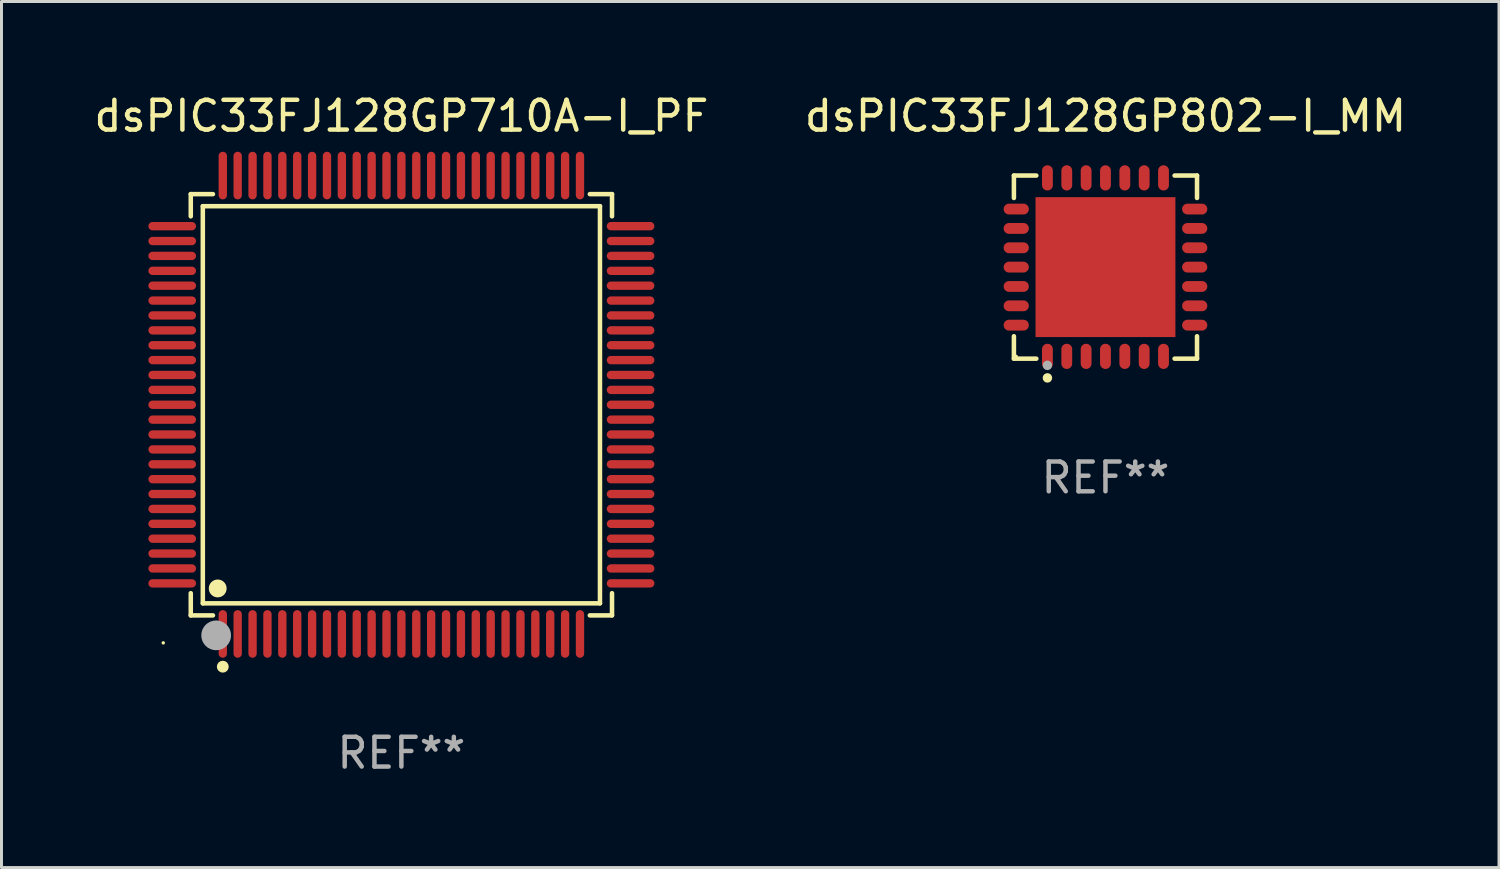
<source format=kicad_pcb>
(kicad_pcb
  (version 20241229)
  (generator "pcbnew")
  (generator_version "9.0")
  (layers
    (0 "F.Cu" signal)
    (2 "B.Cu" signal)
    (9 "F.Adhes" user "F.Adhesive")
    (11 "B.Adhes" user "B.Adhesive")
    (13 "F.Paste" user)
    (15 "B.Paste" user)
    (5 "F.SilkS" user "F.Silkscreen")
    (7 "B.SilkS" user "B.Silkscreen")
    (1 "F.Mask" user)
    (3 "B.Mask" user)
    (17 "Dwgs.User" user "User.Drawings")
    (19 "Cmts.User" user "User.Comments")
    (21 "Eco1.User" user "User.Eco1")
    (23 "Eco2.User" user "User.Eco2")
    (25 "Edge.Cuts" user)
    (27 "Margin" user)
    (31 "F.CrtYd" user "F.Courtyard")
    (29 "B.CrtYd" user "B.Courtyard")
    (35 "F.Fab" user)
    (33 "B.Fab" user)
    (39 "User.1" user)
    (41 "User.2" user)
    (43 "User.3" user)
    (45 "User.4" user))
  (footprint "dsPIC33FJ128GP710A-I_PF"
    (layer "F.Cu")
    (at 10.435 10.548)
    (property "Reference" "dsPIC33FJ128GP710A-I_PF" (at 0 -9.7 0) (layer "F.SilkS") (effects (font (size 1 1) (thickness 0.15))))
    (attr through_hole)
    (fp_line (start -7.076 -7.076) (end -6.331 -7.076) (stroke (width 0.152) (type solid)) (layer "F.SilkS"))
    (fp_line (start -7.076 -6.331) (end -7.076 -7.076) (stroke (width 0.152) (type solid)) (layer "F.SilkS"))
    (fp_line (start -7.076 6.331) (end -7.076 7.076) (stroke (width 0.152) (type solid)) (layer "F.SilkS"))
    (fp_line (start -7.076 7.076) (end -6.331 7.076) (stroke (width 0.152) (type solid)) (layer "F.SilkS"))
    (fp_line (start -6.671 -6.671) (end 6.671 -6.671) (stroke (width 0.152) (type solid)) (layer "F.SilkS"))
    (fp_line (start -6.671 6.671) (end -6.671 -6.671) (stroke (width 0.152) (type solid)) (layer "F.SilkS"))
    (fp_line (start 6.671 -6.671) (end 6.671 6.671) (stroke (width 0.152) (type solid)) (layer "F.SilkS"))
    (fp_line (start 6.671 6.671) (end -6.671 6.671) (stroke (width 0.152) (type solid)) (layer "F.SilkS"))
    (fp_line (start 7.076 -7.076) (end 6.331 -7.076) (stroke (width 0.152) (type solid)) (layer "F.SilkS"))
    (fp_line (start 7.076 -6.331) (end 7.076 -7.076) (stroke (width 0.152) (type solid)) (layer "F.SilkS"))
    (fp_line (start 7.076 6.331) (end 7.076 7.076) (stroke (width 0.152) (type solid)) (layer "F.SilkS"))
    (fp_line (start 7.076 7.076) (end 6.331 7.076) (stroke (width 0.152) (type solid)) (layer "F.SilkS"))
    (fp_circle (center -8 8) (end -7.97 8) (stroke (width 0.06) (type solid)) (fill no) (layer "F.SilkS"))
    (fp_circle (center -6.171 6.171) (end -6.021 6.171) (stroke (width 0.3) (type solid)) (fill no) (layer "F.SilkS"))
    (fp_circle (center -6 8.8) (end -5.9 8.8) (stroke (width 0.2) (type solid)) (fill no) (layer "F.SilkS"))
    (fp_circle (center -6.223 7.747) (end -5.973 7.747) (stroke (width 0.5) (type solid)) (fill no) (layer "F.Fab"))
    (fp_text user "REF**" (at 0 11.7 0) (layer "F.Fab") (effects (font (size 1 1) (thickness 0.15))))
    (pad "1" smd oval (at -6 7.7) (size 0.28 1.6) (layers "F.Cu" "F.Mask" "F.Paste"))
    (pad "2" smd oval (at -5.5 7.7) (size 0.28 1.6) (layers "F.Cu" "F.Mask" "F.Paste"))
    (pad "3" smd oval (at -5 7.7) (size 0.28 1.6) (layers "F.Cu" "F.Mask" "F.Paste"))
    (pad "4" smd oval (at -4.5 7.7) (size 0.28 1.6) (layers "F.Cu" "F.Mask" "F.Paste"))
    (pad "5" smd oval (at -4 7.7) (size 0.28 1.6) (layers "F.Cu" "F.Mask" "F.Paste"))
    (pad "6" smd oval (at -3.5 7.7) (size 0.28 1.6) (layers "F.Cu" "F.Mask" "F.Paste"))
    (pad "7" smd oval (at -3 7.7) (size 0.28 1.6) (layers "F.Cu" "F.Mask" "F.Paste"))
    (pad "8" smd oval (at -2.5 7.7) (size 0.28 1.6) (layers "F.Cu" "F.Mask" "F.Paste"))
    (pad "9" smd oval (at -2 7.7) (size 0.28 1.6) (layers "F.Cu" "F.Mask" "F.Paste"))
    (pad "10" smd oval (at -1.5 7.7) (size 0.28 1.6) (layers "F.Cu" "F.Mask" "F.Paste"))
    (pad "11" smd oval (at -1 7.7) (size 0.28 1.6) (layers "F.Cu" "F.Mask" "F.Paste"))
    (pad "12" smd oval (at -0.5 7.7) (size 0.28 1.6) (layers "F.Cu" "F.Mask" "F.Paste"))
    (pad "13" smd oval (at 0 7.7) (size 0.28 1.6) (layers "F.Cu" "F.Mask" "F.Paste"))
    (pad "14" smd oval (at 0.5 7.7) (size 0.28 1.6) (layers "F.Cu" "F.Mask" "F.Paste"))
    (pad "15" smd oval (at 1 7.7) (size 0.28 1.6) (layers "F.Cu" "F.Mask" "F.Paste"))
    (pad "16" smd oval (at 1.5 7.7) (size 0.28 1.6) (layers "F.Cu" "F.Mask" "F.Paste"))
    (pad "17" smd oval (at 2 7.7) (size 0.28 1.6) (layers "F.Cu" "F.Mask" "F.Paste"))
    (pad "18" smd oval (at 2.5 7.7) (size 0.28 1.6) (layers "F.Cu" "F.Mask" "F.Paste"))
    (pad "19" smd oval (at 3 7.7) (size 0.28 1.6) (layers "F.Cu" "F.Mask" "F.Paste"))
    (pad "20" smd oval (at 3.5 7.7) (size 0.28 1.6) (layers "F.Cu" "F.Mask" "F.Paste"))
    (pad "21" smd oval (at 4 7.7) (size 0.28 1.6) (layers "F.Cu" "F.Mask" "F.Paste"))
    (pad "22" smd oval (at 4.5 7.7) (size 0.28 1.6) (layers "F.Cu" "F.Mask" "F.Paste"))
    (pad "23" smd oval (at 5 7.7) (size 0.28 1.6) (layers "F.Cu" "F.Mask" "F.Paste"))
    (pad "24" smd oval (at 5.5 7.7) (size 0.28 1.6) (layers "F.Cu" "F.Mask" "F.Paste"))
    (pad "25" smd oval (at 6 7.7) (size 0.28 1.6) (layers "F.Cu" "F.Mask" "F.Paste"))
    (pad "26" smd oval (at 7.7 6) (size 1.6 0.28) (layers "F.Cu" "F.Mask" "F.Paste"))
    (pad "27" smd oval (at 7.7 5.5) (size 1.6 0.28) (layers "F.Cu" "F.Mask" "F.Paste"))
    (pad "28" smd oval (at 7.7 5) (size 1.6 0.28) (layers "F.Cu" "F.Mask" "F.Paste"))
    (pad "29" smd oval (at 7.7 4.5) (size 1.6 0.28) (layers "F.Cu" "F.Mask" "F.Paste"))
    (pad "30" smd oval (at 7.7 4) (size 1.6 0.28) (layers "F.Cu" "F.Mask" "F.Paste"))
    (pad "31" smd oval (at 7.7 3.5) (size 1.6 0.28) (layers "F.Cu" "F.Mask" "F.Paste"))
    (pad "32" smd oval (at 7.7 3) (size 1.6 0.28) (layers "F.Cu" "F.Mask" "F.Paste"))
    (pad "33" smd oval (at 7.7 2.5) (size 1.6 0.28) (layers "F.Cu" "F.Mask" "F.Paste"))
    (pad "34" smd oval (at 7.7 2) (size 1.6 0.28) (layers "F.Cu" "F.Mask" "F.Paste"))
    (pad "35" smd oval (at 7.7 1.5) (size 1.6 0.28) (layers "F.Cu" "F.Mask" "F.Paste"))
    (pad "36" smd oval (at 7.7 1) (size 1.6 0.28) (layers "F.Cu" "F.Mask" "F.Paste"))
    (pad "37" smd oval (at 7.7 0.5) (size 1.6 0.28) (layers "F.Cu" "F.Mask" "F.Paste"))
    (pad "38" smd oval (at 7.7 0) (size 1.6 0.28) (layers "F.Cu" "F.Mask" "F.Paste"))
    (pad "39" smd oval (at 7.7 -0.5) (size 1.6 0.28) (layers "F.Cu" "F.Mask" "F.Paste"))
    (pad "40" smd oval (at 7.7 -1) (size 1.6 0.28) (layers "F.Cu" "F.Mask" "F.Paste"))
    (pad "41" smd oval (at 7.7 -1.5) (size 1.6 0.28) (layers "F.Cu" "F.Mask" "F.Paste"))
    (pad "42" smd oval (at 7.7 -2) (size 1.6 0.28) (layers "F.Cu" "F.Mask" "F.Paste"))
    (pad "43" smd oval (at 7.7 -2.5) (size 1.6 0.28) (layers "F.Cu" "F.Mask" "F.Paste"))
    (pad "44" smd oval (at 7.7 -3) (size 1.6 0.28) (layers "F.Cu" "F.Mask" "F.Paste"))
    (pad "45" smd oval (at 7.7 -3.5) (size 1.6 0.28) (layers "F.Cu" "F.Mask" "F.Paste"))
    (pad "46" smd oval (at 7.7 -4) (size 1.6 0.28) (layers "F.Cu" "F.Mask" "F.Paste"))
    (pad "47" smd oval (at 7.7 -4.5) (size 1.6 0.28) (layers "F.Cu" "F.Mask" "F.Paste"))
    (pad "48" smd oval (at 7.7 -5) (size 1.6 0.28) (layers "F.Cu" "F.Mask" "F.Paste"))
    (pad "49" smd oval (at 7.7 -5.5) (size 1.6 0.28) (layers "F.Cu" "F.Mask" "F.Paste"))
    (pad "50" smd oval (at 7.7 -6) (size 1.6 0.28) (layers "F.Cu" "F.Mask" "F.Paste"))
    (pad "51" smd oval (at 6 -7.7) (size 0.28 1.6) (layers "F.Cu" "F.Mask" "F.Paste"))
    (pad "52" smd oval (at 5.5 -7.7) (size 0.28 1.6) (layers "F.Cu" "F.Mask" "F.Paste"))
    (pad "53" smd oval (at 5 -7.7) (size 0.28 1.6) (layers "F.Cu" "F.Mask" "F.Paste"))
    (pad "54" smd oval (at 4.5 -7.7) (size 0.28 1.6) (layers "F.Cu" "F.Mask" "F.Paste"))
    (pad "55" smd oval (at 4 -7.7) (size 0.28 1.6) (layers "F.Cu" "F.Mask" "F.Paste"))
    (pad "56" smd oval (at 3.5 -7.7) (size 0.28 1.6) (layers "F.Cu" "F.Mask" "F.Paste"))
    (pad "57" smd oval (at 3 -7.7) (size 0.28 1.6) (layers "F.Cu" "F.Mask" "F.Paste"))
    (pad "58" smd oval (at 2.5 -7.7) (size 0.28 1.6) (layers "F.Cu" "F.Mask" "F.Paste"))
    (pad "59" smd oval (at 2 -7.7) (size 0.28 1.6) (layers "F.Cu" "F.Mask" "F.Paste"))
    (pad "60" smd oval (at 1.5 -7.7) (size 0.28 1.6) (layers "F.Cu" "F.Mask" "F.Paste"))
    (pad "61" smd oval (at 1 -7.7) (size 0.28 1.6) (layers "F.Cu" "F.Mask" "F.Paste"))
    (pad "62" smd oval (at 0.5 -7.7) (size 0.28 1.6) (layers "F.Cu" "F.Mask" "F.Paste"))
    (pad "63" smd oval (at 0 -7.7) (size 0.28 1.6) (layers "F.Cu" "F.Mask" "F.Paste"))
    (pad "64" smd oval (at -0.5 -7.7) (size 0.28 1.6) (layers "F.Cu" "F.Mask" "F.Paste"))
    (pad "65" smd oval (at -1 -7.7) (size 0.28 1.6) (layers "F.Cu" "F.Mask" "F.Paste"))
    (pad "66" smd oval (at -1.5 -7.7) (size 0.28 1.6) (layers "F.Cu" "F.Mask" "F.Paste"))
    (pad "67" smd oval (at -2 -7.7) (size 0.28 1.6) (layers "F.Cu" "F.Mask" "F.Paste"))
    (pad "68" smd oval (at -2.5 -7.7) (size 0.28 1.6) (layers "F.Cu" "F.Mask" "F.Paste"))
    (pad "69" smd oval (at -3 -7.7) (size 0.28 1.6) (layers "F.Cu" "F.Mask" "F.Paste"))
    (pad "70" smd oval (at -3.5 -7.7) (size 0.28 1.6) (layers "F.Cu" "F.Mask" "F.Paste"))
    (pad "71" smd oval (at -4 -7.7) (size 0.28 1.6) (layers "F.Cu" "F.Mask" "F.Paste"))
    (pad "72" smd oval (at -4.5 -7.7) (size 0.28 1.6) (layers "F.Cu" "F.Mask" "F.Paste"))
    (pad "73" smd oval (at -5 -7.7) (size 0.28 1.6) (layers "F.Cu" "F.Mask" "F.Paste"))
    (pad "74" smd oval (at -5.5 -7.7) (size 0.28 1.6) (layers "F.Cu" "F.Mask" "F.Paste"))
    (pad "75" smd oval (at -6 -7.7) (size 0.28 1.6) (layers "F.Cu" "F.Mask" "F.Paste"))
    (pad "76" smd oval (at -7.7 -6) (size 1.6 0.28) (layers "F.Cu" "F.Mask" "F.Paste"))
    (pad "77" smd oval (at -7.7 -5.5) (size 1.6 0.28) (layers "F.Cu" "F.Mask" "F.Paste"))
    (pad "78" smd oval (at -7.7 -5) (size 1.6 0.28) (layers "F.Cu" "F.Mask" "F.Paste"))
    (pad "79" smd oval (at -7.7 -4.5) (size 1.6 0.28) (layers "F.Cu" "F.Mask" "F.Paste"))
    (pad "80" smd oval (at -7.7 -4) (size 1.6 0.28) (layers "F.Cu" "F.Mask" "F.Paste"))
    (pad "81" smd oval (at -7.7 -3.5) (size 1.6 0.28) (layers "F.Cu" "F.Mask" "F.Paste"))
    (pad "82" smd oval (at -7.7 -3) (size 1.6 0.28) (layers "F.Cu" "F.Mask" "F.Paste"))
    (pad "83" smd oval (at -7.7 -2.5) (size 1.6 0.28) (layers "F.Cu" "F.Mask" "F.Paste"))
    (pad "84" smd oval (at -7.7 -2) (size 1.6 0.28) (layers "F.Cu" "F.Mask" "F.Paste"))
    (pad "85" smd oval (at -7.7 -1.5) (size 1.6 0.28) (layers "F.Cu" "F.Mask" "F.Paste"))
    (pad "86" smd oval (at -7.7 -1) (size 1.6 0.28) (layers "F.Cu" "F.Mask" "F.Paste"))
    (pad "87" smd oval (at -7.7 -0.5) (size 1.6 0.28) (layers "F.Cu" "F.Mask" "F.Paste"))
    (pad "88" smd oval (at -7.7 0) (size 1.6 0.28) (layers "F.Cu" "F.Mask" "F.Paste"))
    (pad "89" smd oval (at -7.7 0.5) (size 1.6 0.28) (layers "F.Cu" "F.Mask" "F.Paste"))
    (pad "90" smd oval (at -7.7 1) (size 1.6 0.28) (layers "F.Cu" "F.Mask" "F.Paste"))
    (pad "91" smd oval (at -7.7 1.5) (size 1.6 0.28) (layers "F.Cu" "F.Mask" "F.Paste"))
    (pad "92" smd oval (at -7.7 2) (size 1.6 0.28) (layers "F.Cu" "F.Mask" "F.Paste"))
    (pad "93" smd oval (at -7.7 2.5) (size 1.6 0.28) (layers "F.Cu" "F.Mask" "F.Paste"))
    (pad "94" smd oval (at -7.7 3) (size 1.6 0.28) (layers "F.Cu" "F.Mask" "F.Paste"))
    (pad "95" smd oval (at -7.7 3.5) (size 1.6 0.28) (layers "F.Cu" "F.Mask" "F.Paste"))
    (pad "96" smd oval (at -7.7 4) (size 1.6 0.28) (layers "F.Cu" "F.Mask" "F.Paste"))
    (pad "97" smd oval (at -7.7 4.5) (size 1.6 0.28) (layers "F.Cu" "F.Mask" "F.Paste"))
    (pad "98" smd oval (at -7.7 5) (size 1.6 0.28) (layers "F.Cu" "F.Mask" "F.Paste"))
    (pad "99" smd oval (at -7.7 5.5) (size 1.6 0.28) (layers "F.Cu" "F.Mask" "F.Paste"))
    (pad "100" smd oval (at -7.7 6) (size 1.6 0.28) (layers "F.Cu" "F.Mask" "F.Paste")))
  (footprint "dsPIC33FJ128GP802-I_MM"
    (layer "F.Cu")
    (at 34.089 5.924)
    (property "Reference" "dsPIC33FJ128GP802-I_MM" (at 0 -5.076 0) (layer "F.SilkS") (effects (font (size 1 1) (thickness 0.15))))
    (attr through_hole)
    (fp_line (start -3.076 -3.076) (end -2.323 -3.076) (stroke (width 0.152) (type solid)) (layer "F.SilkS"))
    (fp_line (start -3.076 -2.323) (end -3.076 -3.076) (stroke (width 0.152) (type solid)) (layer "F.SilkS"))
    (fp_line (start -3.076 2.323) (end -3.076 3.076) (stroke (width 0.152) (type solid)) (layer "F.SilkS"))
    (fp_line (start -3.076 3.076) (end -2.323 3.076) (stroke (width 0.152) (type solid)) (layer "F.SilkS"))
    (fp_line (start 3.076 -3.076) (end 2.323 -3.076) (stroke (width 0.152) (type solid)) (layer "F.SilkS"))
    (fp_line (start 3.076 -2.323) (end 3.076 -3.076) (stroke (width 0.152) (type solid)) (layer "F.SilkS"))
    (fp_line (start 3.076 2.323) (end 3.076 3.076) (stroke (width 0.152) (type solid)) (layer "F.SilkS"))
    (fp_line (start 3.076 3.076) (end 2.323 3.076) (stroke (width 0.152) (type solid)) (layer "F.SilkS"))
    (fp_circle (center -3 3) (end -2.97 3) (stroke (width 0.06) (type solid)) (fill no) (layer "F.SilkS"))
    (fp_circle (center -1.95 3.722) (end -1.87 3.722) (stroke (width 0.16) (type solid)) (fill no) (layer "F.SilkS"))
    (fp_circle (center -1.95 3.3) (end -1.87 3.3) (stroke (width 0.16) (type solid)) (fill no) (layer "F.Fab"))
    (fp_text user "REF**" (at 0 7.076 0) (layer "F.Fab") (effects (font (size 1 1) (thickness 0.15))))
    (pad "1" smd oval (at -1.95 2.998) (size 0.364 0.847) (layers "F.Cu" "F.Mask" "F.Paste"))
    (pad "2" smd oval (at -1.3 2.998) (size 0.364 0.847) (layers "F.Cu" "F.Mask" "F.Paste"))
    (pad "3" smd oval (at -0.65 2.998) (size 0.364 0.847) (layers "F.Cu" "F.Mask" "F.Paste"))
    (pad "4" smd oval (at 0 2.998) (size 0.364 0.847) (layers "F.Cu" "F.Mask" "F.Paste"))
    (pad "5" smd oval (at 0.65 2.998) (size 0.364 0.847) (layers "F.Cu" "F.Mask" "F.Paste"))
    (pad "6" smd oval (at 1.3 2.998) (size 0.364 0.847) (layers "F.Cu" "F.Mask" "F.Paste"))
    (pad "7" smd oval (at 1.95 2.998) (size 0.364 0.847) (layers "F.Cu" "F.Mask" "F.Paste"))
    (pad "8" smd oval (at 2.998 1.95) (size 0.847 0.364) (layers "F.Cu" "F.Mask" "F.Paste"))
    (pad "9" smd oval (at 2.998 1.3) (size 0.847 0.364) (layers "F.Cu" "F.Mask" "F.Paste"))
    (pad "10" smd oval (at 2.998 0.65) (size 0.847 0.364) (layers "F.Cu" "F.Mask" "F.Paste"))
    (pad "11" smd oval (at 2.998 0) (size 0.847 0.364) (layers "F.Cu" "F.Mask" "F.Paste"))
    (pad "12" smd oval (at 2.998 -0.65) (size 0.847 0.364) (layers "F.Cu" "F.Mask" "F.Paste"))
    (pad "13" smd oval (at 2.998 -1.3) (size 0.847 0.364) (layers "F.Cu" "F.Mask" "F.Paste"))
    (pad "14" smd oval (at 2.998 -1.95) (size 0.847 0.364) (layers "F.Cu" "F.Mask" "F.Paste"))
    (pad "15" smd oval (at 1.95 -2.998) (size 0.364 0.847) (layers "F.Cu" "F.Mask" "F.Paste"))
    (pad "16" smd oval (at 1.3 -2.998) (size 0.364 0.847) (layers "F.Cu" "F.Mask" "F.Paste"))
    (pad "17" smd oval (at 0.65 -2.998) (size 0.364 0.847) (layers "F.Cu" "F.Mask" "F.Paste"))
    (pad "18" smd oval (at 0 -2.998) (size 0.364 0.847) (layers "F.Cu" "F.Mask" "F.Paste"))
    (pad "19" smd oval (at -0.65 -2.998) (size 0.364 0.847) (layers "F.Cu" "F.Mask" "F.Paste"))
    (pad "20" smd oval (at -1.3 -2.998) (size 0.364 0.847) (layers "F.Cu" "F.Mask" "F.Paste"))
    (pad "21" smd oval (at -1.95 -2.998) (size 0.364 0.847) (layers "F.Cu" "F.Mask" "F.Paste"))
    (pad "22" smd oval (at -2.998 -1.95) (size 0.847 0.364) (layers "F.Cu" "F.Mask" "F.Paste"))
    (pad "23" smd oval (at -2.998 -1.3) (size 0.847 0.364) (layers "F.Cu" "F.Mask" "F.Paste"))
    (pad "24" smd oval (at -2.998 -0.65) (size 0.847 0.364) (layers "F.Cu" "F.Mask" "F.Paste"))
    (pad "25" smd oval (at -2.998 0) (size 0.847 0.364) (layers "F.Cu" "F.Mask" "F.Paste"))
    (pad "26" smd oval (at -2.998 0.65) (size 0.847 0.364) (layers "F.Cu" "F.Mask" "F.Paste"))
    (pad "27" smd oval (at -2.998 1.3) (size 0.847 0.364) (layers "F.Cu" "F.Mask" "F.Paste"))
    (pad "28" smd oval (at -2.998 1.95) (size 0.847 0.364) (layers "F.Cu" "F.Mask" "F.Paste"))
    (pad "29" smd rect (at 0 0) (size 4.7 4.7) (layers "F.Cu" "F.Mask" "F.Paste")))
  (gr_rect
    (start -3 -3)
    (end 47.31 26.097)
    (stroke (width 0.1) (type default))
    (fill no)
    (layer "Edge.Cuts")))
</source>
